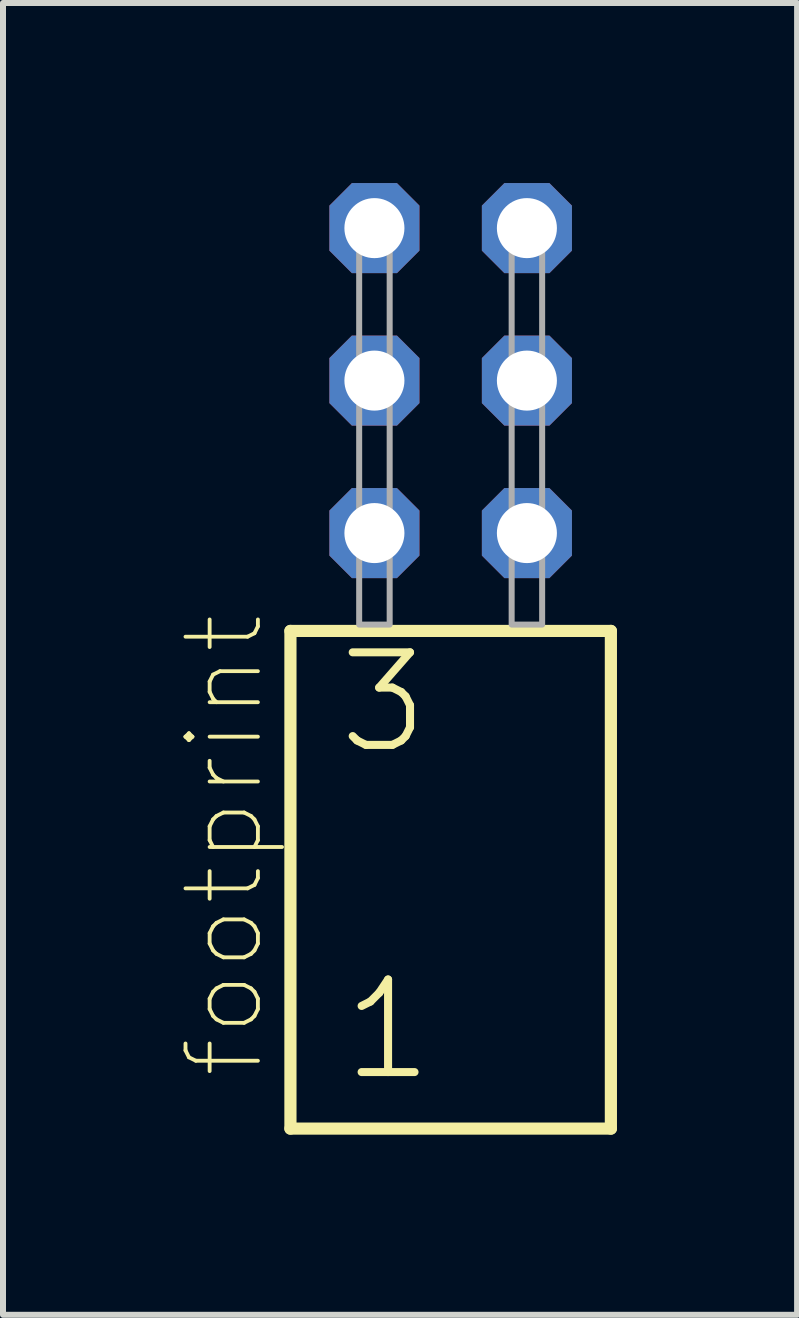
<source format=kicad_pcb>
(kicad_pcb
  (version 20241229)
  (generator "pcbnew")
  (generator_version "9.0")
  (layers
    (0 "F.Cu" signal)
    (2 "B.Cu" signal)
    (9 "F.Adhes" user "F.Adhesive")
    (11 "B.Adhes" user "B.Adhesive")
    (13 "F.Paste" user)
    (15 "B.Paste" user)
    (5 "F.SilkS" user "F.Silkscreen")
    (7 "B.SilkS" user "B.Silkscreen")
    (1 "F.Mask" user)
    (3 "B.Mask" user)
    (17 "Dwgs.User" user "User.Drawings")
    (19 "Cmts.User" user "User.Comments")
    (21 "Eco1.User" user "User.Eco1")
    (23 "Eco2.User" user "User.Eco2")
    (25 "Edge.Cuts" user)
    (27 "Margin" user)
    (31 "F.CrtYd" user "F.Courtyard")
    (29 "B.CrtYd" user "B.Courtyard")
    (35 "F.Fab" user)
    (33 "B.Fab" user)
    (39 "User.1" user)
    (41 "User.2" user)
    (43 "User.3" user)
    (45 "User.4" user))
  (footprint "footprint"
    (layer "F.Cu")
    (at 4.457 7.354)
    (property "Reference" "footprint" (at -3.06 7.595 90) (layer "F.SilkS") (effects (font (size 1.206 1.206) (thickness 0.064)) (justify left bottom)))
    (fp_line (start -2.669 0.106) (end -2.669 8.396) (stroke (width 0.203) (type solid)) (layer "F.SilkS"))
    (fp_line (start -2.669 8.396) (end 2.669 8.396) (stroke (width 0.203) (type solid)) (layer "F.SilkS"))
    (fp_line (start 2.669 0.106) (end -2.669 0.106) (stroke (width 0.203) (type solid)) (layer "F.SilkS"))
    (fp_line (start 2.669 8.396) (end 2.669 0.106) (stroke (width 0.203) (type solid)) (layer "F.SilkS"))
    (fp_poly (pts (xy -1.524 0) (xy -1.016 0) (xy -1.016 -6.858) (xy -1.524 -6.858)) (stroke (width 0.1) (type solid)) (fill no) (layer "F.Fab"))
    (fp_poly (pts (xy 1.016 0) (xy 1.524 0) (xy 1.524 -6.858) (xy 1.016 -6.858)) (stroke (width 0.1) (type solid)) (fill no) (layer "F.Fab"))
    (fp_text user "3" (at -1.94 2.2 0) (layer "F.SilkS") (effects (font (size 1.542 1.542) (thickness 0.134)) (justify left bottom)))
    (fp_text user "1" (at -1.865 7.65 0) (layer "F.SilkS") (effects (font (size 1.542 1.542) (thickness 0.134)) (justify left bottom)))
    (pad "1" thru_hole roundrect (at -1.27 -1.524) (size 1.5 1.5) (drill 1) (layers "*.Cu" "*.Mask") (roundrect_rratio 0.25) (chamfer_ratio 0.25) (chamfer top_left top_right bottom_left bottom_right))
    (pad "2" thru_hole roundrect (at -1.27 -4.064) (size 1.5 1.5) (drill 1) (layers "*.Cu" "*.Mask") (roundrect_rratio 0.25) (chamfer_ratio 0.25) (chamfer top_left top_right bottom_left bottom_right))
    (pad "3" thru_hole roundrect (at -1.27 -6.604) (size 1.5 1.5) (drill 1) (layers "*.Cu" "*.Mask") (roundrect_rratio 0.25) (chamfer_ratio 0.25) (chamfer top_left top_right bottom_left bottom_right))
    (pad "4" thru_hole roundrect (at 1.27 -1.524) (size 1.5 1.5) (drill 1) (layers "*.Cu" "*.Mask") (roundrect_rratio 0.25) (chamfer_ratio 0.25) (chamfer top_left top_right bottom_left bottom_right))
    (pad "5" thru_hole roundrect (at 1.27 -4.064) (size 1.5 1.5) (drill 1) (layers "*.Cu" "*.Mask") (roundrect_rratio 0.25) (chamfer_ratio 0.25) (chamfer top_left top_right bottom_left bottom_right))
    (pad "6" thru_hole roundrect (at 1.27 -6.604) (size 1.5 1.5) (drill 1) (layers "*.Cu" "*.Mask") (roundrect_rratio 0.25) (chamfer_ratio 0.25) (chamfer top_left top_right bottom_left bottom_right)))
  (gr_rect
    (start -3 -3)
    (end 10.228 18.852)
    (stroke (width 0.1) (type default))
    (fill no)
    (layer "Edge.Cuts")))
</source>
